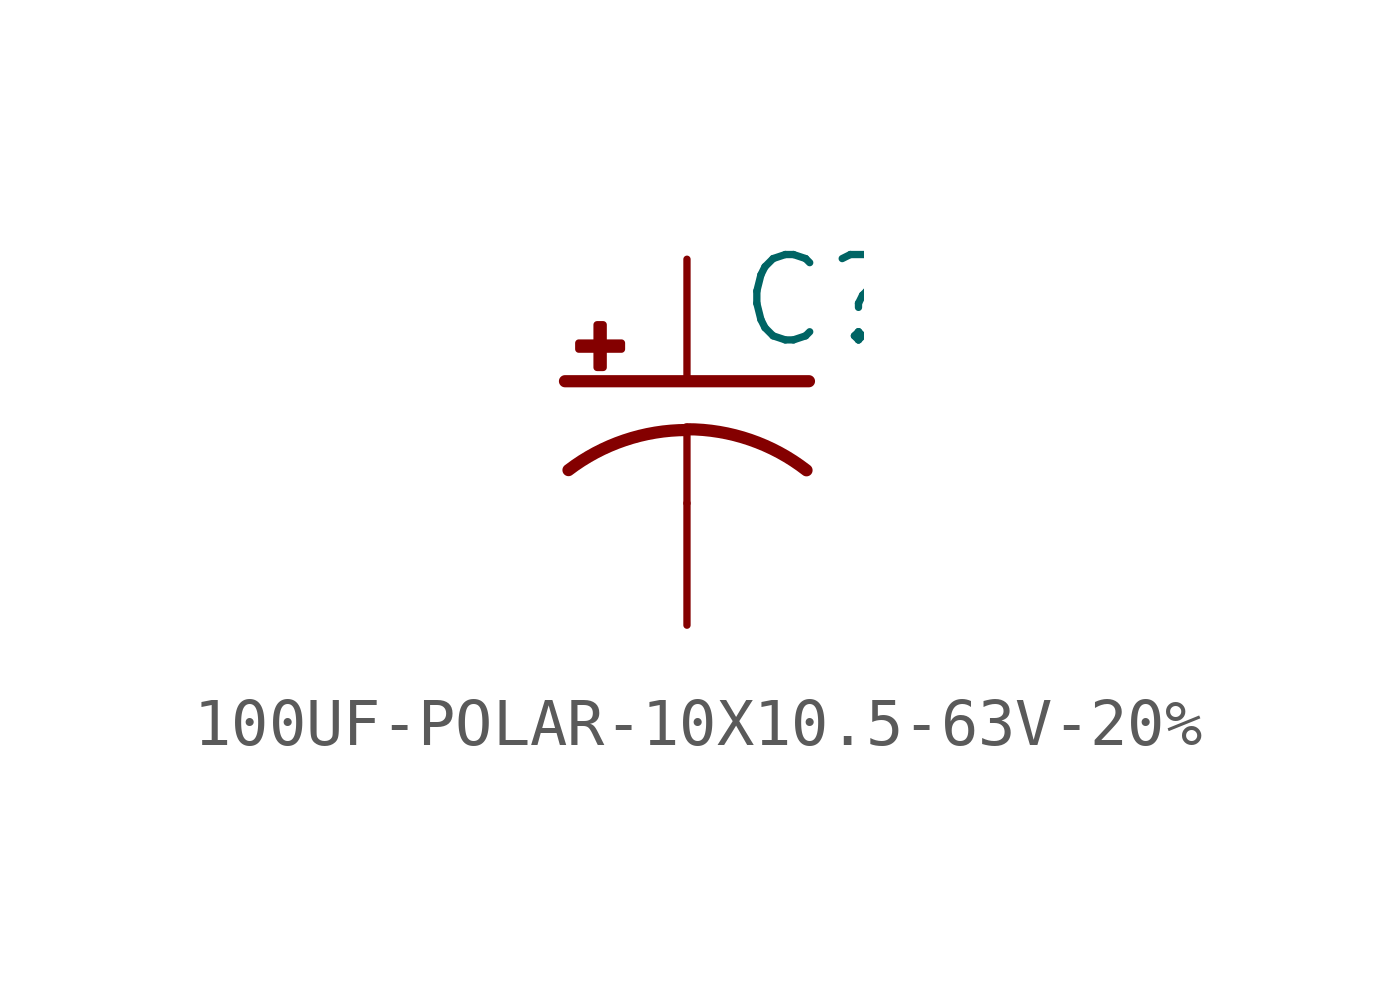
<source format=kicad_sym>
(kicad_symbol_lib
  (version 20220914)
  (generator kicad_symbol_editor)
  (symbol "100UF-POLAR-10X10.5-63V-20%"
    (property "Reference" "C"
      (at 1.016 0.635 0)
      (effects (font (size 1.778 1.778)) (justify left bottom)))
    (property "Value" ""
      (at 1.016 -4.191 0)
      (effects (font (size 1.778 1.778)) (justify left bottom)))
    (property "ki_locked" ""
      (at 0 0 0)
      (effects (font (size 1.27 1.27))))
    (symbol "100UF-POLAR-10X10.5-63V-20%_1_0"
      (rectangle (start -2.253 0.668) (end -1.364 0.795) (stroke (width 0) (type default)) (fill (type outline)))
      (rectangle (start -1.872 0.287) (end -1.745 1.176) (stroke (width 0) (type default)) (fill (type outline)))
      (arc (start 0 -1.0161) (mid -1.3021 -1.2303) (end -2.4669 -1.8504) (stroke (width 0.254) (type solid)) (fill (type none)))
      (polyline (pts (xy -2.54 0) (xy 2.54 0)) (stroke (width 0.254) (type solid)) (fill (type none)))
      (polyline (pts (xy 0 -1.016) (xy 0 -2.54)) (stroke (width 0.152) (type solid)) (fill (type none)))
      (arc (start 2.4892 -1.8541) (mid 1.3158 -1.2194) (end 0 -1) (stroke (width 0.254) (type solid)) (fill (type none)))
      (pin passive line (at 0 2.54 270) (length 2.54) (name "+" (effects (font (size 0 0)))) (number "+" (effects (font (size 0 0)))))
      (pin passive line (at 0 -5.08 90) (length 2.54) (name "-" (effects (font (size 0 0)))) (number "-" (effects (font (size 0 0))))))))
</source>
